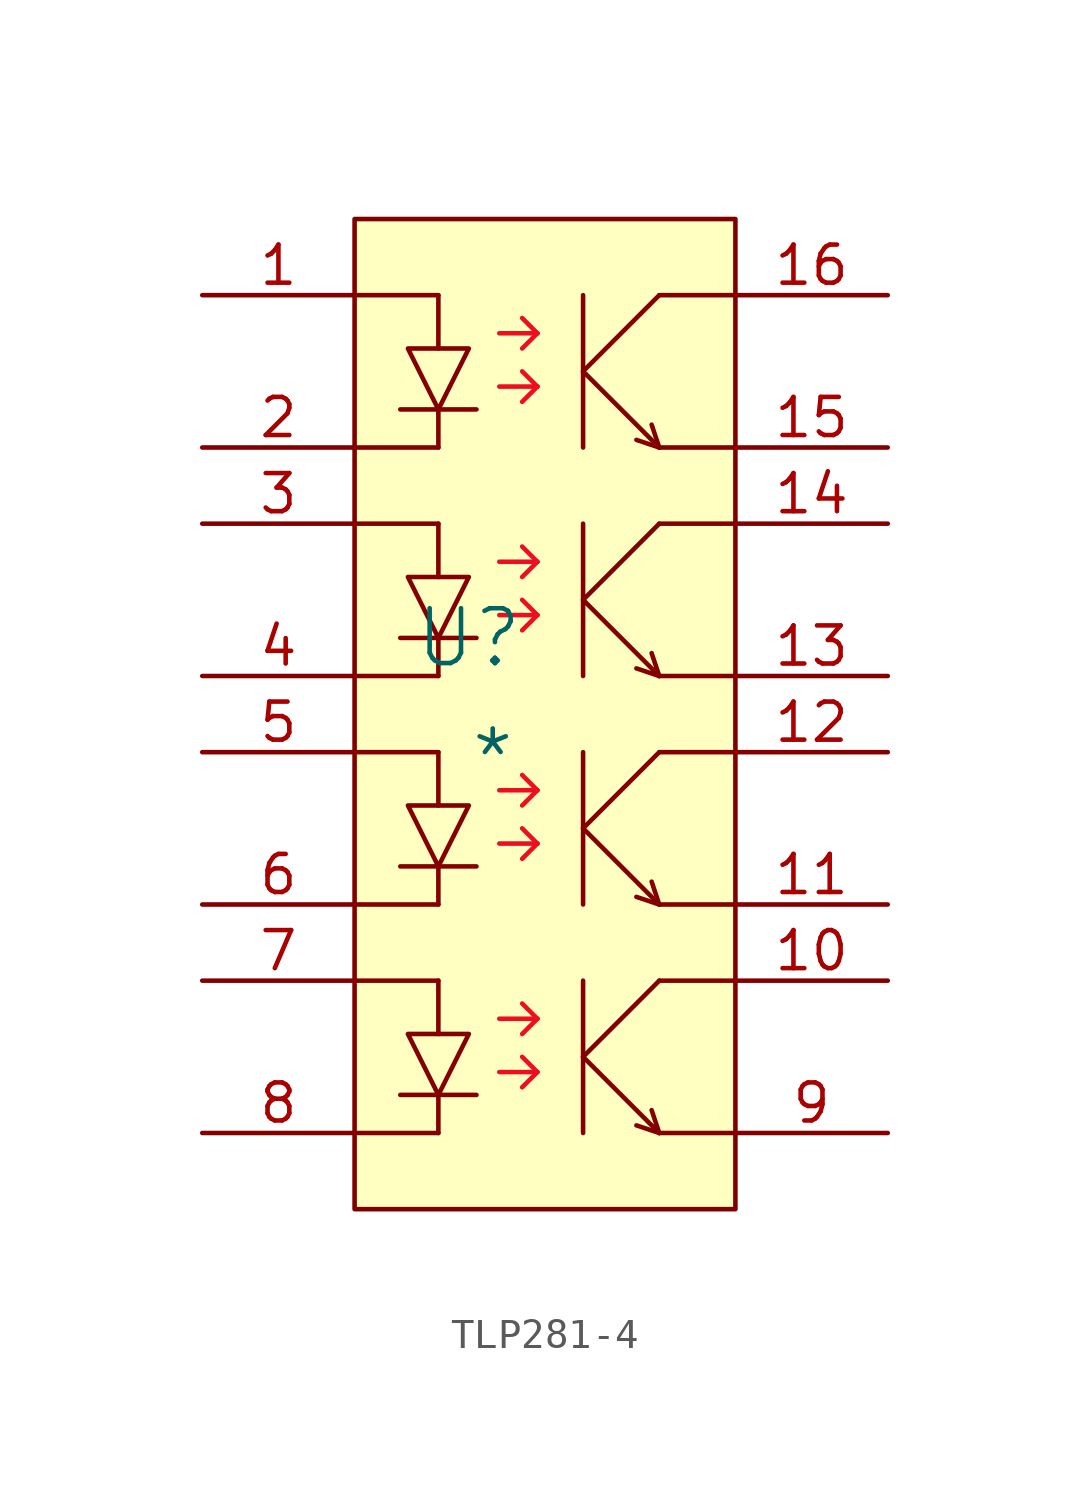
<source format=kicad_sym>
(kicad_symbol_lib
  (version 20241209)
  (generator "kicad_symbol_editor")
  (generator_version "9.0")
  (symbol "TLP281-4"
    (pin_names
      (hide yes))
    (property "Reference" "U"
      (at -1.27 1.27 0)
      (effects (font (size 1.829 1.829))))
    (property "Value" "*"
      (at -1.27 -3.81 0)
      (effects (font (size 1.829 1.829)) (justify left bottom)))
    (symbol "TLP281-4_1_0"
      (polyline (pts (xy -5.08 12.7) (xy -2.286 12.7)) (stroke (width 0) (type solid)) (fill (type none)))
      (polyline (pts (xy -5.08 7.62) (xy -2.286 7.62)) (stroke (width 0) (type solid)) (fill (type none)))
      (polyline (pts (xy -5.08 5.08) (xy -2.286 5.08)) (stroke (width 0) (type solid)) (fill (type none)))
      (polyline (pts (xy -5.08 0) (xy -2.286 0)) (stroke (width 0) (type solid)) (fill (type none)))
      (polyline (pts (xy -5.08 -2.54) (xy -2.286 -2.54)) (stroke (width 0) (type solid)) (fill (type none)))
      (polyline (pts (xy -5.08 -7.62) (xy -2.286 -7.62)) (stroke (width 0) (type solid)) (fill (type none)))
      (polyline (pts (xy -5.08 -10.16) (xy -2.286 -10.16)) (stroke (width 0) (type solid)) (fill (type none)))
      (polyline (pts (xy -5.08 -15.24) (xy -2.286 -15.24)) (stroke (width 0) (type solid)) (fill (type none)))
      (polyline (pts (xy -3.556 8.89) (xy -1.016 8.89)) (stroke (width 0) (type solid)) (fill (type none)))
      (polyline (pts (xy -3.556 1.27) (xy -1.016 1.27)) (stroke (width 0) (type solid)) (fill (type none)))
      (polyline (pts (xy -3.556 -6.35) (xy -1.016 -6.35)) (stroke (width 0) (type solid)) (fill (type none)))
      (polyline (pts (xy -3.556 -13.97) (xy -1.016 -13.97)) (stroke (width 0) (type solid)) (fill (type none)))
      (polyline (pts (xy -3.302 10.922) (xy -1.27 10.922) (xy -2.286 8.89) (xy -3.302 10.922)) (stroke (width 0) (type solid)) (fill (type none)))
      (polyline (pts (xy -3.302 3.302) (xy -1.27 3.302) (xy -2.286 1.27) (xy -3.302 3.302)) (stroke (width 0) (type solid)) (fill (type none)))
      (polyline (pts (xy -3.302 -4.318) (xy -1.27 -4.318) (xy -2.286 -6.35) (xy -3.302 -4.318)) (stroke (width 0) (type solid)) (fill (type none)))
      (polyline (pts (xy -3.302 -11.938) (xy -1.27 -11.938) (xy -2.286 -13.97) (xy -3.302 -11.938)) (stroke (width 0) (type solid)) (fill (type none)))
      (polyline (pts (xy -2.286 10.922) (xy -2.286 12.7)) (stroke (width 0) (type solid)) (fill (type none)))
      (polyline (pts (xy -2.286 7.62) (xy -2.286 8.89)) (stroke (width 0) (type solid)) (fill (type none)))
      (polyline (pts (xy -2.286 3.302) (xy -2.286 5.08)) (stroke (width 0) (type solid)) (fill (type none)))
      (polyline (pts (xy -2.286 0) (xy -2.286 1.27)) (stroke (width 0) (type solid)) (fill (type none)))
      (polyline (pts (xy -2.286 -4.318) (xy -2.286 -2.54)) (stroke (width 0) (type solid)) (fill (type none)))
      (polyline (pts (xy -2.286 -7.62) (xy -2.286 -6.35)) (stroke (width 0) (type solid)) (fill (type none)))
      (polyline (pts (xy -2.286 -11.938) (xy -2.286 -10.16)) (stroke (width 0) (type solid)) (fill (type none)))
      (polyline (pts (xy -2.286 -15.24) (xy -2.286 -13.97)) (stroke (width 0) (type solid)) (fill (type none)))
      (polyline (pts (xy -0.254 11.43) (xy 1.016 11.43)) (stroke (width 0) (type solid) (color 238 14 34 1)) (fill (type none)))
      (polyline (pts (xy -0.254 9.652) (xy 1.016 9.652)) (stroke (width 0) (type solid) (color 238 14 34 1)) (fill (type none)))
      (polyline (pts (xy -0.254 3.81) (xy 1.016 3.81)) (stroke (width 0) (type solid) (color 238 14 34 1)) (fill (type none)))
      (polyline (pts (xy -0.254 2.032) (xy 1.016 2.032)) (stroke (width 0) (type solid) (color 238 14 34 1)) (fill (type none)))
      (polyline (pts (xy -0.254 -3.81) (xy 1.016 -3.81)) (stroke (width 0) (type solid) (color 238 14 34 1)) (fill (type none)))
      (polyline (pts (xy -0.254 -5.588) (xy 1.016 -5.588)) (stroke (width 0) (type solid) (color 238 14 34 1)) (fill (type none)))
      (polyline (pts (xy -0.254 -11.43) (xy 1.016 -11.43)) (stroke (width 0) (type solid) (color 238 14 34 1)) (fill (type none)))
      (polyline (pts (xy -0.254 -13.208) (xy 1.016 -13.208)) (stroke (width 0) (type solid) (color 238 14 34 1)) (fill (type none)))
      (polyline (pts (xy 0.508 11.938) (xy 1.016 11.43)) (stroke (width 0) (type solid) (color 238 14 34 1)) (fill (type none)))
      (polyline (pts (xy 0.508 10.922) (xy 1.016 11.43)) (stroke (width 0) (type solid) (color 238 14 34 1)) (fill (type none)))
      (polyline (pts (xy 0.508 10.16) (xy 1.016 9.652)) (stroke (width 0) (type solid) (color 238 14 34 1)) (fill (type none)))
      (polyline (pts (xy 0.508 9.144) (xy 1.016 9.652)) (stroke (width 0) (type solid) (color 238 14 34 1)) (fill (type none)))
      (polyline (pts (xy 0.508 4.318) (xy 1.016 3.81)) (stroke (width 0) (type solid) (color 238 14 34 1)) (fill (type none)))
      (polyline (pts (xy 0.508 3.302) (xy 1.016 3.81)) (stroke (width 0) (type solid) (color 238 14 34 1)) (fill (type none)))
      (polyline (pts (xy 0.508 2.54) (xy 1.016 2.032)) (stroke (width 0) (type solid) (color 238 14 34 1)) (fill (type none)))
      (polyline (pts (xy 0.508 1.524) (xy 1.016 2.032)) (stroke (width 0) (type solid) (color 238 14 34 1)) (fill (type none)))
      (polyline (pts (xy 0.508 -3.302) (xy 1.016 -3.81)) (stroke (width 0) (type solid) (color 238 14 34 1)) (fill (type none)))
      (polyline (pts (xy 0.508 -4.318) (xy 1.016 -3.81)) (stroke (width 0) (type solid) (color 238 14 34 1)) (fill (type none)))
      (polyline (pts (xy 0.508 -5.08) (xy 1.016 -5.588)) (stroke (width 0) (type solid) (color 238 14 34 1)) (fill (type none)))
      (polyline (pts (xy 0.508 -6.096) (xy 1.016 -5.588)) (stroke (width 0) (type solid) (color 238 14 34 1)) (fill (type none)))
      (polyline (pts (xy 0.508 -10.922) (xy 1.016 -11.43)) (stroke (width 0) (type solid) (color 238 14 34 1)) (fill (type none)))
      (polyline (pts (xy 0.508 -11.938) (xy 1.016 -11.43)) (stroke (width 0) (type solid) (color 238 14 34 1)) (fill (type none)))
      (polyline (pts (xy 0.508 -12.7) (xy 1.016 -13.208)) (stroke (width 0) (type solid) (color 238 14 34 1)) (fill (type none)))
      (polyline (pts (xy 0.508 -13.716) (xy 1.016 -13.208)) (stroke (width 0) (type solid) (color 238 14 34 1)) (fill (type none)))
      (polyline (pts (xy 2.54 10.16) (xy 5.08 12.7)) (stroke (width 0) (type solid)) (fill (type none)))
      (polyline (pts (xy 2.54 10.16) (xy 5.08 7.62)) (stroke (width 0) (type solid)) (fill (type none)))
      (polyline (pts (xy 2.54 7.62) (xy 2.54 12.7)) (stroke (width 0) (type solid)) (fill (type none)))
      (polyline (pts (xy 2.54 2.54) (xy 5.08 5.08)) (stroke (width 0) (type solid)) (fill (type none)))
      (polyline (pts (xy 2.54 2.54) (xy 5.08 0)) (stroke (width 0) (type solid)) (fill (type none)))
      (polyline (pts (xy 2.54 0) (xy 2.54 5.08)) (stroke (width 0) (type solid)) (fill (type none)))
      (polyline (pts (xy 2.54 -5.08) (xy 5.08 -2.54)) (stroke (width 0) (type solid)) (fill (type none)))
      (polyline (pts (xy 2.54 -5.08) (xy 5.08 -7.62)) (stroke (width 0) (type solid)) (fill (type none)))
      (polyline (pts (xy 2.54 -7.62) (xy 2.54 -2.54)) (stroke (width 0) (type solid)) (fill (type none)))
      (polyline (pts (xy 2.54 -12.7) (xy 5.08 -10.16)) (stroke (width 0) (type solid)) (fill (type none)))
      (polyline (pts (xy 2.54 -12.7) (xy 5.08 -15.24)) (stroke (width 0) (type solid)) (fill (type none)))
      (polyline (pts (xy 2.54 -15.24) (xy 2.54 -10.16)) (stroke (width 0) (type solid)) (fill (type none)))
      (polyline (pts (xy 5.08 7.62) (xy 4.318 7.874)) (stroke (width 0) (type solid)) (fill (type none)))
      (polyline (pts (xy 5.08 7.62) (xy 4.826 8.382)) (stroke (width 0) (type solid)) (fill (type none)))
      (polyline (pts (xy 5.08 0) (xy 4.318 0.254)) (stroke (width 0) (type solid)) (fill (type none)))
      (polyline (pts (xy 5.08 0) (xy 4.826 0.762)) (stroke (width 0) (type solid)) (fill (type none)))
      (polyline (pts (xy 5.08 -7.62) (xy 4.318 -7.366)) (stroke (width 0) (type solid)) (fill (type none)))
      (polyline (pts (xy 5.08 -7.62) (xy 4.826 -6.858)) (stroke (width 0) (type solid)) (fill (type none)))
      (polyline (pts (xy 5.08 -15.24) (xy 4.318 -14.986)) (stroke (width 0) (type solid)) (fill (type none)))
      (polyline (pts (xy 5.08 -15.24) (xy 4.826 -14.478)) (stroke (width 0) (type solid)) (fill (type none)))
      (rectangle (start 7.62 15.24) (end -5.08 -17.78) (stroke (width 0) (type solid) (color 128 0 0 1)) (fill (type background)))
      (polyline (pts (xy 7.62 12.7) (xy 5.08 12.7)) (stroke (width 0) (type solid)) (fill (type none)))
      (polyline (pts (xy 7.62 7.62) (xy 5.08 7.62)) (stroke (width 0) (type solid)) (fill (type none)))
      (polyline (pts (xy 7.62 5.08) (xy 5.08 5.08)) (stroke (width 0) (type solid)) (fill (type none)))
      (polyline (pts (xy 7.62 0) (xy 5.08 0)) (stroke (width 0) (type solid)) (fill (type none)))
      (polyline (pts (xy 7.62 -2.54) (xy 5.08 -2.54)) (stroke (width 0) (type solid)) (fill (type none)))
      (polyline (pts (xy 7.62 -7.62) (xy 5.08 -7.62)) (stroke (width 0) (type solid)) (fill (type none)))
      (polyline (pts (xy 7.62 -10.16) (xy 5.08 -10.16)) (stroke (width 0) (type solid)) (fill (type none)))
      (polyline (pts (xy 7.62 -15.24) (xy 5.08 -15.24)) (stroke (width 0) (type solid)) (fill (type none)))
      (pin passive line (at -10.16 12.7 0) (length 5.08) (name "" (effects (font (size 1.27 1.27)))) (number "1" (effects (font (size 1.27 1.27)))))
      (pin passive line (at -10.16 7.62 0) (length 5.08) (name "" (effects (font (size 1.27 1.27)))) (number "2" (effects (font (size 1.27 1.27)))))
      (pin passive line (at -10.16 5.08 0) (length 5.08) (name "" (effects (font (size 1.27 1.27)))) (number "3" (effects (font (size 1.27 1.27)))))
      (pin passive line (at -10.16 0 0) (length 5.08) (name "" (effects (font (size 1.27 1.27)))) (number "4" (effects (font (size 1.27 1.27)))))
      (pin passive line (at -10.16 -2.54 0) (length 5.08) (name "" (effects (font (size 1.27 1.27)))) (number "5" (effects (font (size 1.27 1.27)))))
      (pin passive line (at -10.16 -7.62 0) (length 5.08) (name "" (effects (font (size 1.27 1.27)))) (number "6" (effects (font (size 1.27 1.27)))))
      (pin passive line (at -10.16 -10.16 0) (length 5.08) (name "" (effects (font (size 1.27 1.27)))) (number "7" (effects (font (size 1.27 1.27)))))
      (pin passive line (at -10.16 -15.24 0) (length 5.08) (name "" (effects (font (size 1.27 1.27)))) (number "8" (effects (font (size 1.27 1.27)))))
      (pin passive line (at 12.7 12.7 180) (length 5.08) (name "" (effects (font (size 1.27 1.27)))) (number "16" (effects (font (size 1.27 1.27)))))
      (pin passive line (at 12.7 7.62 180) (length 5.08) (name "" (effects (font (size 1.27 1.27)))) (number "15" (effects (font (size 1.27 1.27)))))
      (pin passive line (at 12.7 5.08 180) (length 5.08) (name "" (effects (font (size 1.27 1.27)))) (number "14" (effects (font (size 1.27 1.27)))))
      (pin passive line (at 12.7 0 180) (length 5.08) (name "" (effects (font (size 1.27 1.27)))) (number "13" (effects (font (size 1.27 1.27)))))
      (pin passive line (at 12.7 -2.54 180) (length 5.08) (name "" (effects (font (size 1.27 1.27)))) (number "12" (effects (font (size 1.27 1.27)))))
      (pin passive line (at 12.7 -7.62 180) (length 5.08) (name "" (effects (font (size 1.27 1.27)))) (number "11" (effects (font (size 1.27 1.27)))))
      (pin passive line (at 12.7 -10.16 180) (length 5.08) (name "" (effects (font (size 1.27 1.27)))) (number "10" (effects (font (size 1.27 1.27)))))
      (pin passive line (at 12.7 -15.24 180) (length 5.08) (name "" (effects (font (size 1.27 1.27)))) (number "9" (effects (font (size 1.27 1.27))))))))
</source>
